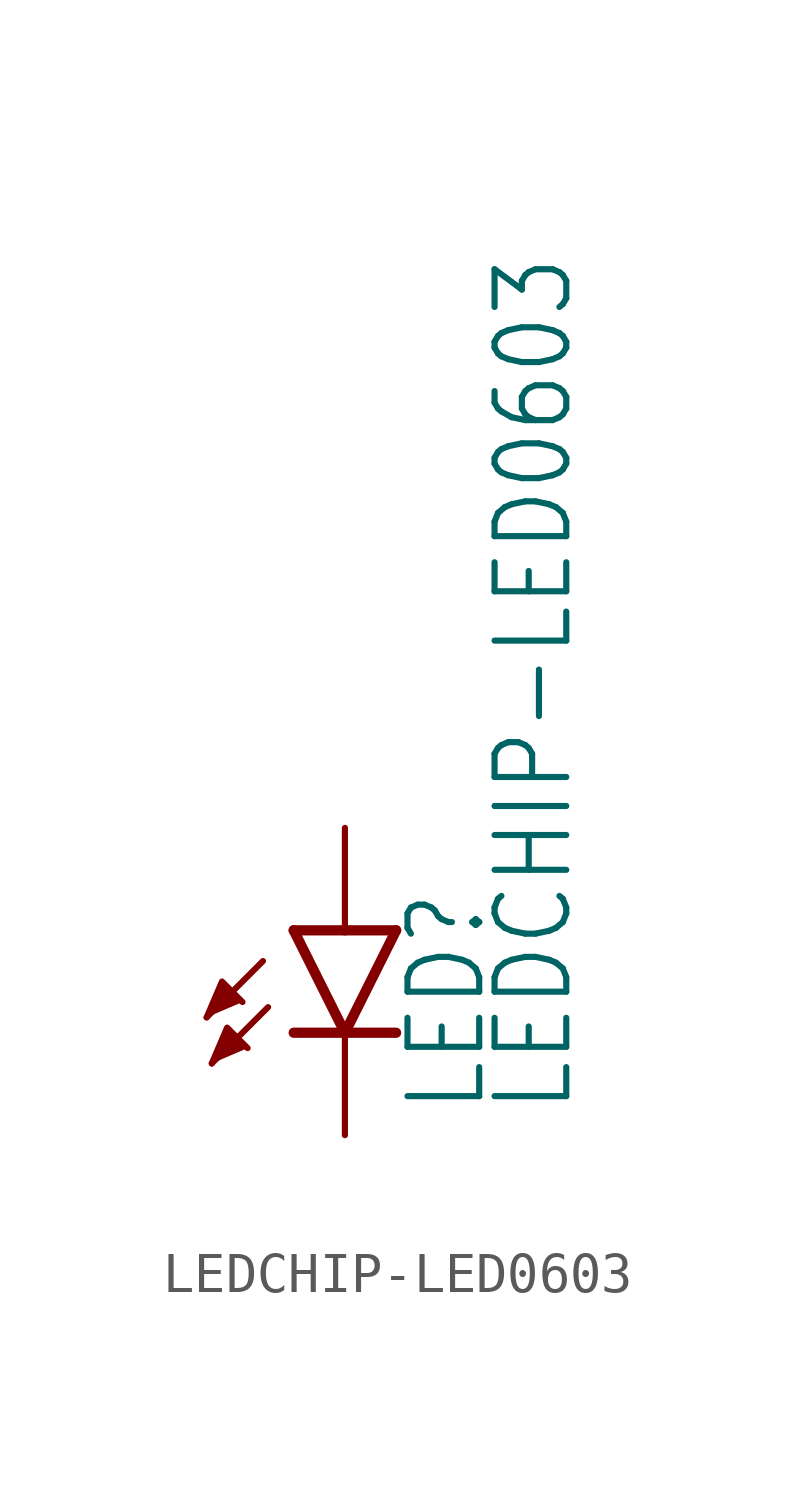
<source format=kicad_sym>
(kicad_symbol_lib
  (version 20211014)
  (generator kicad_symbol_editor)
  (symbol "LEDCHIP-LED0603"
    (property "Reference" "LED"
      (at 3.556 -4.572 90)
      (effects (font (size 1.778 1.511)) (justify left bottom)))
    (property "Value" "LEDCHIP-LED0603"
      (at 5.715 -4.572 90)
      (effects (font (size 1.778 1.511)) (justify left bottom)))
    (property "ki_locked" ""
      (at 0 0 0)
      (effects (font (size 1.27 1.27))))
    (symbol "LEDCHIP-LED0603_1_0"
      (polyline (pts (xy -2.032 -0.762) (xy -3.429 -2.159)) (stroke (width 0.152) (type default) (color 0 0 0 0)) (fill (type none)))
      (polyline (pts (xy -1.905 -1.905) (xy -3.302 -3.302)) (stroke (width 0.152) (type default) (color 0 0 0 0)) (fill (type none)))
      (polyline (pts (xy 0 -2.54) (xy -1.27 -2.54)) (stroke (width 0.254) (type default) (color 0 0 0 0)) (fill (type none)))
      (polyline (pts (xy 0 -2.54) (xy -1.27 0)) (stroke (width 0.254) (type default) (color 0 0 0 0)) (fill (type none)))
      (polyline (pts (xy 0 0) (xy -1.27 0)) (stroke (width 0.254) (type default) (color 0 0 0 0)) (fill (type none)))
      (polyline (pts (xy 1.27 -2.54) (xy 0 -2.54)) (stroke (width 0.254) (type default) (color 0 0 0 0)) (fill (type none)))
      (polyline (pts (xy 1.27 0) (xy 0 -2.54)) (stroke (width 0.254) (type default) (color 0 0 0 0)) (fill (type none)))
      (polyline (pts (xy 1.27 0) (xy 0 0)) (stroke (width 0.254) (type default) (color 0 0 0 0)) (fill (type none)))
      (polyline (pts (xy -3.429 -2.159) (xy -3.048 -1.27) (xy -2.54 -1.778)) (stroke (width 0) (type default) (color 0 0 0 0)) (fill (type outline)))
      (polyline (pts (xy -3.302 -3.302) (xy -2.921 -2.413) (xy -2.413 -2.921)) (stroke (width 0) (type default) (color 0 0 0 0)) (fill (type outline)))
      (pin passive line (at 0 2.54 270) (length 2.54) (name "A" (effects (font (size 0 0)))) (number "A" (effects (font (size 0 0)))))
      (pin passive line (at 0 -5.08 90) (length 2.54) (name "C" (effects (font (size 0 0)))) (number "C" (effects (font (size 0 0))))))))
</source>
